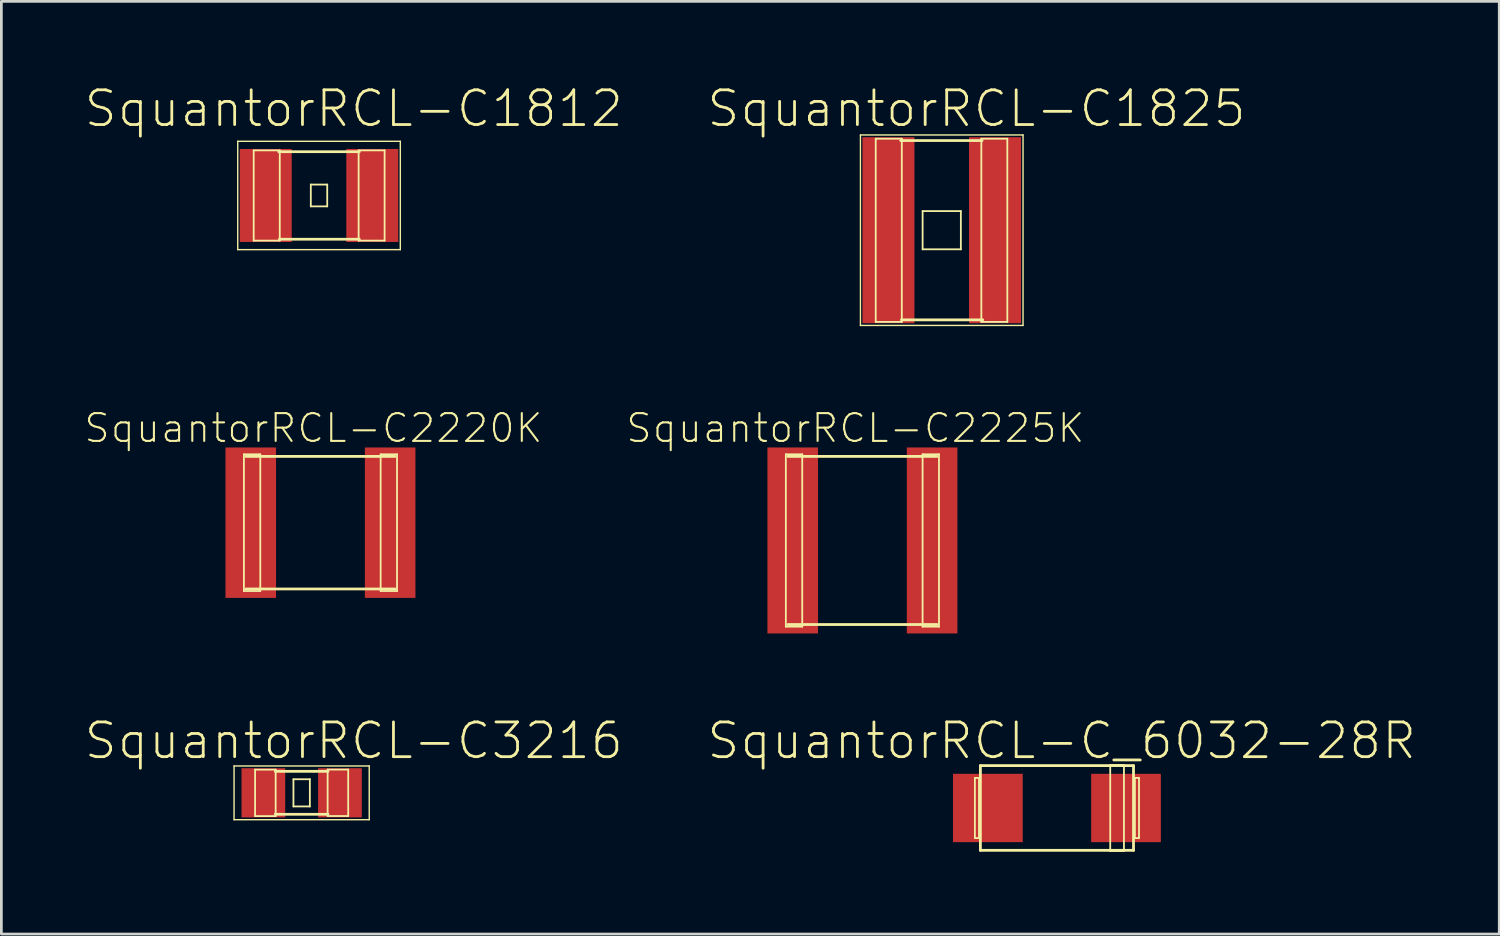
<source format=kicad_pcb>
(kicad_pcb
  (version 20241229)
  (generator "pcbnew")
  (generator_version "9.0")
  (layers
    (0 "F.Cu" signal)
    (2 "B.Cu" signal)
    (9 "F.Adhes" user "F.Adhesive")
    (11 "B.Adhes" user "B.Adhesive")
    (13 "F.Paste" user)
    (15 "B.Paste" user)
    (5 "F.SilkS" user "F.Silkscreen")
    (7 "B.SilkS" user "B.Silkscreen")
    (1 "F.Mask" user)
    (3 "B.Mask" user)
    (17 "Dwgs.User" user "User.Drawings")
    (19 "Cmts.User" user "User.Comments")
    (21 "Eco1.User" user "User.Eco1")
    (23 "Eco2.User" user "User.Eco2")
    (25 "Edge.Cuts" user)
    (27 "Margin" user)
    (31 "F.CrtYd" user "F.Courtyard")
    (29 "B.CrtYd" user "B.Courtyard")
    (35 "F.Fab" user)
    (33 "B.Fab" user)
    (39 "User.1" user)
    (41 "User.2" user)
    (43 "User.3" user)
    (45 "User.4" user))
  (footprint "SquantorRCL-C_6032-28R"
    (layer "F.Cu")
    (at 35.591 26.489)
    (property "Reference" "SquantorRCL-C_6032-28R" (at 0.173 -2.459 0) (layer "F.SilkS") (effects (font (size 1.27 1.27) (thickness 0.102))))
    (attr smd)
    (fp_line (start -3 -1.1) (end -2.85 -1.1) (stroke (width 0.066) (type solid)) (layer "F.SilkS"))
    (fp_line (start -3 1.1) (end -3 -1.1) (stroke (width 0.066) (type solid)) (layer "F.SilkS"))
    (fp_line (start -3 1.1) (end -2.85 1.1) (stroke (width 0.066) (type solid)) (layer "F.SilkS"))
    (fp_line (start -2.85 1.1) (end -2.85 -1.1) (stroke (width 0.066) (type solid)) (layer "F.SilkS"))
    (fp_line (start -2.799 -1.549) (end 2.799 -1.549) (stroke (width 0.102) (type solid)) (layer "F.SilkS"))
    (fp_line (start -2.799 1.549) (end -2.799 -1.549) (stroke (width 0.102) (type solid)) (layer "F.SilkS"))
    (fp_line (start 1.948 -1.575) (end 2.449 -1.575) (stroke (width 0.066) (type solid)) (layer "F.SilkS"))
    (fp_line (start 1.948 1.575) (end 1.948 -1.575) (stroke (width 0.066) (type solid)) (layer "F.SilkS"))
    (fp_line (start 1.948 1.575) (end 2.449 1.575) (stroke (width 0.066) (type solid)) (layer "F.SilkS"))
    (fp_line (start 2.449 1.575) (end 2.449 -1.575) (stroke (width 0.066) (type solid)) (layer "F.SilkS"))
    (fp_line (start 2.799 -1.549) (end 2.799 1.549) (stroke (width 0.102) (type solid)) (layer "F.SilkS"))
    (fp_line (start 2.799 1.549) (end -2.799 1.549) (stroke (width 0.102) (type solid)) (layer "F.SilkS"))
    (fp_line (start 2.85 -1.1) (end 3 -1.1) (stroke (width 0.066) (type solid)) (layer "F.SilkS"))
    (fp_line (start 2.85 1.1) (end 2.85 -1.1) (stroke (width 0.066) (type solid)) (layer "F.SilkS"))
    (fp_line (start 2.85 1.1) (end 3 1.1) (stroke (width 0.066) (type solid)) (layer "F.SilkS"))
    (fp_line (start 3 1.1) (end 3 -1.1) (stroke (width 0.066) (type solid)) (layer "F.SilkS"))
    (pad "+" smd rect (at 2.525 0) (size 2.548 2.499) (layers "F.Cu" "F.Mask" "F.Paste"))
    (pad "-" smd rect (at -2.525 0) (size 2.548 2.499) (layers "F.Cu" "F.Mask" "F.Paste")))
  (footprint "SquantorRCL-C3216"
    (layer "F.Cu")
    (at 7.978 25.935)
    (property "Reference" "SquantorRCL-C3216" (at 1.905 -1.905 0) (layer "F.SilkS") (effects (font (size 1.27 1.27) (thickness 0.102))))
    (attr smd)
    (fp_line (start -2.471 -0.983) (end 2.471 -0.983) (stroke (width 0.051) (type solid)) (layer "F.SilkS"))
    (fp_line (start -2.471 0.983) (end -2.471 -0.983) (stroke (width 0.051) (type solid)) (layer "F.SilkS"))
    (fp_line (start -1.702 -0.848) (end -0.95 -0.848) (stroke (width 0.066) (type solid)) (layer "F.SilkS"))
    (fp_line (start -1.702 0.851) (end -1.702 -0.848) (stroke (width 0.066) (type solid)) (layer "F.SilkS"))
    (fp_line (start -1.702 0.851) (end -0.95 0.851) (stroke (width 0.066) (type solid)) (layer "F.SilkS"))
    (fp_line (start -0.963 -0.785) (end 0.963 -0.785) (stroke (width 0.102) (type solid)) (layer "F.SilkS"))
    (fp_line (start -0.963 0.785) (end 0.963 0.785) (stroke (width 0.102) (type solid)) (layer "F.SilkS"))
    (fp_line (start -0.95 0.851) (end -0.95 -0.848) (stroke (width 0.066) (type solid)) (layer "F.SilkS"))
    (fp_line (start -0.3 -0.498) (end 0.3 -0.498) (stroke (width 0.066) (type solid)) (layer "F.SilkS"))
    (fp_line (start -0.3 0.498) (end -0.3 -0.498) (stroke (width 0.066) (type solid)) (layer "F.SilkS"))
    (fp_line (start -0.3 0.498) (end 0.3 0.498) (stroke (width 0.066) (type solid)) (layer "F.SilkS"))
    (fp_line (start 0.3 0.498) (end 0.3 -0.498) (stroke (width 0.066) (type solid)) (layer "F.SilkS"))
    (fp_line (start 0.95 -0.851) (end 1.702 -0.851) (stroke (width 0.066) (type solid)) (layer "F.SilkS"))
    (fp_line (start 0.95 0.848) (end 0.95 -0.851) (stroke (width 0.066) (type solid)) (layer "F.SilkS"))
    (fp_line (start 0.95 0.848) (end 1.702 0.848) (stroke (width 0.066) (type solid)) (layer "F.SilkS"))
    (fp_line (start 1.702 0.848) (end 1.702 -0.851) (stroke (width 0.066) (type solid)) (layer "F.SilkS"))
    (fp_line (start 2.471 -0.983) (end 2.471 0.983) (stroke (width 0.051) (type solid)) (layer "F.SilkS"))
    (fp_line (start 2.471 0.983) (end -2.471 0.983) (stroke (width 0.051) (type solid)) (layer "F.SilkS"))
    (pad "1" smd rect (at -1.4 0) (size 1.598 1.798) (layers "F.Cu" "F.Mask" "F.Paste"))
    (pad "2" smd rect (at 1.4 0) (size 1.598 1.798) (layers "F.Cu" "F.Mask" "F.Paste")))
  (footprint "SquantorRCL-C1812"
    (layer "F.Cu")
    (at 8.613 4.096)
    (property "Reference" "SquantorRCL-C1812" (at 1.27 -3.175 0) (layer "F.SilkS") (effects (font (size 1.27 1.27) (thickness 0.102))))
    (attr smd)
    (fp_line (start -2.972 -1.981) (end 2.972 -1.981) (stroke (width 0.051) (type solid)) (layer "F.SilkS"))
    (fp_line (start -2.972 1.981) (end -2.972 -1.981) (stroke (width 0.051) (type solid)) (layer "F.SilkS"))
    (fp_line (start -2.388 -1.648) (end -1.435 -1.648) (stroke (width 0.066) (type solid)) (layer "F.SilkS"))
    (fp_line (start -2.388 1.651) (end -2.388 -1.648) (stroke (width 0.066) (type solid)) (layer "F.SilkS"))
    (fp_line (start -2.388 1.651) (end -1.435 1.651) (stroke (width 0.066) (type solid)) (layer "F.SilkS"))
    (fp_line (start -1.473 -1.6) (end 1.473 -1.6) (stroke (width 0.102) (type solid)) (layer "F.SilkS"))
    (fp_line (start -1.448 1.6) (end 1.473 1.6) (stroke (width 0.102) (type solid)) (layer "F.SilkS"))
    (fp_line (start -1.435 1.651) (end -1.435 -1.648) (stroke (width 0.066) (type solid)) (layer "F.SilkS"))
    (fp_line (start -0.3 -0.399) (end 0.3 -0.399) (stroke (width 0.066) (type solid)) (layer "F.SilkS"))
    (fp_line (start -0.3 0.399) (end -0.3 -0.399) (stroke (width 0.066) (type solid)) (layer "F.SilkS"))
    (fp_line (start -0.3 0.399) (end 0.3 0.399) (stroke (width 0.066) (type solid)) (layer "F.SilkS"))
    (fp_line (start 0.3 0.399) (end 0.3 -0.399) (stroke (width 0.066) (type solid)) (layer "F.SilkS"))
    (fp_line (start 1.448 -1.648) (end 2.398 -1.648) (stroke (width 0.066) (type solid)) (layer "F.SilkS"))
    (fp_line (start 1.448 1.651) (end 1.448 -1.648) (stroke (width 0.066) (type solid)) (layer "F.SilkS"))
    (fp_line (start 1.448 1.651) (end 2.398 1.651) (stroke (width 0.066) (type solid)) (layer "F.SilkS"))
    (fp_line (start 2.398 1.651) (end 2.398 -1.648) (stroke (width 0.066) (type solid)) (layer "F.SilkS"))
    (fp_line (start 2.972 -1.981) (end 2.972 1.981) (stroke (width 0.051) (type solid)) (layer "F.SilkS"))
    (fp_line (start 2.972 1.981) (end -2.972 1.981) (stroke (width 0.051) (type solid)) (layer "F.SilkS"))
    (pad "1" smd rect (at -1.948 0) (size 1.9 3.399) (layers "F.Cu" "F.Mask" "F.Paste"))
    (pad "2" smd rect (at 1.948 0) (size 1.9 3.399) (layers "F.Cu" "F.Mask" "F.Paste")))
  (footprint "SquantorRCL-C2220K"
    (layer "F.Cu")
    (at 8.666 16.059)
    (property "Reference" "SquantorRCL-C2220K" (at -0.259 -3.457 0) (layer "F.SilkS") (effects (font (size 1.016 1.016) (thickness 0.076))))
    (attr smd)
    (fp_line (start -2.799 -2.499) (end -2.2 -2.499) (stroke (width 0.066) (type solid)) (layer "F.SilkS"))
    (fp_line (start -2.799 2.499) (end -2.799 -2.499) (stroke (width 0.066) (type solid)) (layer "F.SilkS"))
    (fp_line (start -2.799 2.499) (end -2.2 2.499) (stroke (width 0.066) (type solid)) (layer "F.SilkS"))
    (fp_line (start -2.723 -2.423) (end 2.723 -2.423) (stroke (width 0.102) (type solid)) (layer "F.SilkS"))
    (fp_line (start -2.2 2.499) (end -2.2 -2.499) (stroke (width 0.066) (type solid)) (layer "F.SilkS"))
    (fp_line (start 2.2 -2.499) (end 2.799 -2.499) (stroke (width 0.066) (type solid)) (layer "F.SilkS"))
    (fp_line (start 2.2 2.499) (end 2.2 -2.499) (stroke (width 0.066) (type solid)) (layer "F.SilkS"))
    (fp_line (start 2.2 2.499) (end 2.799 2.499) (stroke (width 0.066) (type solid)) (layer "F.SilkS"))
    (fp_line (start 2.723 2.423) (end -2.723 2.423) (stroke (width 0.102) (type solid)) (layer "F.SilkS"))
    (fp_line (start 2.799 2.499) (end 2.799 -2.499) (stroke (width 0.066) (type solid)) (layer "F.SilkS"))
    (pad "1" smd rect (at -2.548 0) (size 1.849 5.499) (layers "F.Cu" "F.Mask" "F.Paste"))
    (pad "2" smd rect (at 2.548 0) (size 1.849 5.499) (layers "F.Cu" "F.Mask" "F.Paste")))
  (footprint "SquantorRCL-C1825"
    (layer "F.Cu")
    (at 31.379 5.366)
    (property "Reference" "SquantorRCL-C1825" (at 1.27 -4.445 0) (layer "F.SilkS") (effects (font (size 1.27 1.27) (thickness 0.102))))
    (attr smd)
    (fp_line (start -2.972 -3.482) (end 2.972 -3.482) (stroke (width 0.051) (type solid)) (layer "F.SilkS"))
    (fp_line (start -2.972 3.482) (end -2.972 -3.482) (stroke (width 0.051) (type solid)) (layer "F.SilkS"))
    (fp_line (start -2.413 -3.345) (end -1.46 -3.345) (stroke (width 0.066) (type solid)) (layer "F.SilkS"))
    (fp_line (start -2.413 3.353) (end -2.413 -3.345) (stroke (width 0.066) (type solid)) (layer "F.SilkS"))
    (fp_line (start -2.413 3.353) (end -1.46 3.353) (stroke (width 0.066) (type solid)) (layer "F.SilkS"))
    (fp_line (start -1.499 -3.277) (end 1.473 -3.277) (stroke (width 0.102) (type solid)) (layer "F.SilkS"))
    (fp_line (start -1.473 3.277) (end 1.499 3.277) (stroke (width 0.102) (type solid)) (layer "F.SilkS"))
    (fp_line (start -1.46 3.353) (end -1.46 -3.345) (stroke (width 0.066) (type solid)) (layer "F.SilkS"))
    (fp_line (start -0.699 -0.699) (end 0.699 -0.699) (stroke (width 0.066) (type solid)) (layer "F.SilkS"))
    (fp_line (start -0.699 0.699) (end -0.699 -0.699) (stroke (width 0.066) (type solid)) (layer "F.SilkS"))
    (fp_line (start -0.699 0.699) (end 0.699 0.699) (stroke (width 0.066) (type solid)) (layer "F.SilkS"))
    (fp_line (start 0.699 0.699) (end 0.699 -0.699) (stroke (width 0.066) (type solid)) (layer "F.SilkS"))
    (fp_line (start 1.448 -3.345) (end 2.398 -3.345) (stroke (width 0.066) (type solid)) (layer "F.SilkS"))
    (fp_line (start 1.448 3.353) (end 1.448 -3.345) (stroke (width 0.066) (type solid)) (layer "F.SilkS"))
    (fp_line (start 1.448 3.353) (end 2.398 3.353) (stroke (width 0.066) (type solid)) (layer "F.SilkS"))
    (fp_line (start 2.398 3.353) (end 2.398 -3.345) (stroke (width 0.066) (type solid)) (layer "F.SilkS"))
    (fp_line (start 2.972 -3.482) (end 2.972 3.482) (stroke (width 0.051) (type solid)) (layer "F.SilkS"))
    (fp_line (start 2.972 3.482) (end -2.972 3.482) (stroke (width 0.051) (type solid)) (layer "F.SilkS"))
    (pad "1" smd rect (at -1.948 0) (size 1.9 6.8) (layers "F.Cu" "F.Mask" "F.Paste"))
    (pad "2" smd rect (at 1.948 0) (size 1.9 6.8) (layers "F.Cu" "F.Mask" "F.Paste")))
  (footprint "SquantorRCL-C2225K"
    (layer "F.Cu")
    (at 28.479 16.709)
    (property "Reference" "SquantorRCL-C2225K" (at -0.259 -4.107 0) (layer "F.SilkS") (effects (font (size 1.016 1.016) (thickness 0.076))))
    (attr smd)
    (fp_line (start -2.799 -3.15) (end -2.2 -3.15) (stroke (width 0.066) (type solid)) (layer "F.SilkS"))
    (fp_line (start -2.799 3.15) (end -2.799 -3.15) (stroke (width 0.066) (type solid)) (layer "F.SilkS"))
    (fp_line (start -2.799 3.15) (end -2.2 3.15) (stroke (width 0.066) (type solid)) (layer "F.SilkS"))
    (fp_line (start -2.723 -3.073) (end 2.723 -3.073) (stroke (width 0.102) (type solid)) (layer "F.SilkS"))
    (fp_line (start -2.2 3.15) (end -2.2 -3.15) (stroke (width 0.066) (type solid)) (layer "F.SilkS"))
    (fp_line (start 2.2 -3.15) (end 2.799 -3.15) (stroke (width 0.066) (type solid)) (layer "F.SilkS"))
    (fp_line (start 2.2 3.15) (end 2.2 -3.15) (stroke (width 0.066) (type solid)) (layer "F.SilkS"))
    (fp_line (start 2.2 3.15) (end 2.799 3.15) (stroke (width 0.066) (type solid)) (layer "F.SilkS"))
    (fp_line (start 2.723 3.073) (end -2.723 3.073) (stroke (width 0.102) (type solid)) (layer "F.SilkS"))
    (fp_line (start 2.799 3.15) (end 2.799 -3.15) (stroke (width 0.066) (type solid)) (layer "F.SilkS"))
    (pad "1" smd rect (at -2.548 0) (size 1.849 6.8) (layers "F.Cu" "F.Mask" "F.Paste"))
    (pad "2" smd rect (at 2.548 0) (size 1.849 6.8) (layers "F.Cu" "F.Mask" "F.Paste")))
  (gr_rect
    (start -3 -3)
    (end 51.761 31.097)
    (stroke (width 0.1) (type default))
    (fill no)
    (layer "Edge.Cuts")))
</source>
